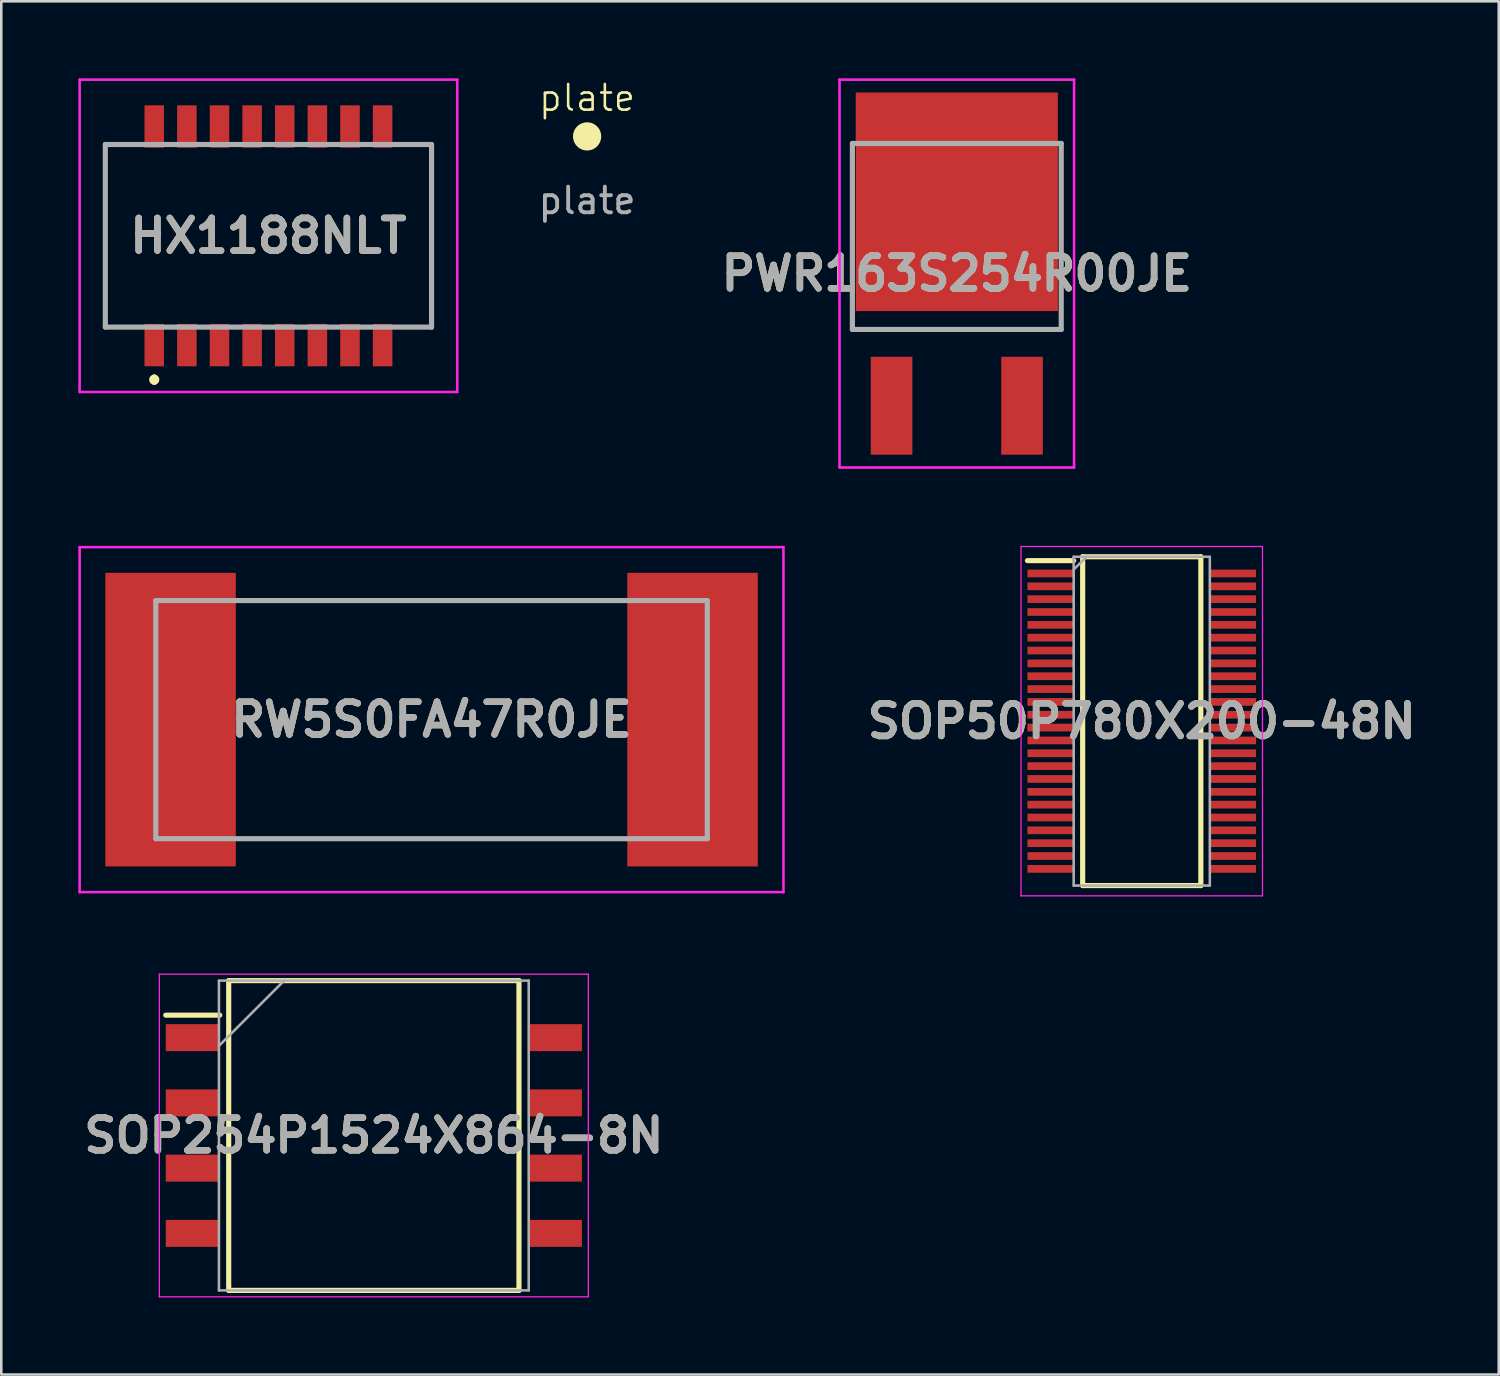
<source format=kicad_pcb>
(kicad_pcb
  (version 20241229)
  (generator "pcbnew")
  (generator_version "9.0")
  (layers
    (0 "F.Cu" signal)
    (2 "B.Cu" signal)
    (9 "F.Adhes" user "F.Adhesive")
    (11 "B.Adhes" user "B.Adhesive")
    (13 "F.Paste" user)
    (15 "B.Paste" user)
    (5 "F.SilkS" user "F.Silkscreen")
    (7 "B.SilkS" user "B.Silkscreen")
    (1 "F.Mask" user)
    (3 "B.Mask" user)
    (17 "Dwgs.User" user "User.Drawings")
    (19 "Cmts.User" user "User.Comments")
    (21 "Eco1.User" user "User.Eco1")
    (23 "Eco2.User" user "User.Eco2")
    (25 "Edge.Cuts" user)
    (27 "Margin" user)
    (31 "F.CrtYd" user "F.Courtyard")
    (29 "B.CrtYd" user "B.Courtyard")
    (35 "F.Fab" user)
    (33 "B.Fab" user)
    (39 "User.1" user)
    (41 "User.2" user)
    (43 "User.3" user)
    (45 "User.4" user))
  (footprint "PWR163S254R00JE"
    (layer "F.Cu")
    (at 34.198 8.775)
    (property "Reference" "PWR163S254R00JE" (at 0 -1.175 0) (layer "F.SilkS") (effects (font (size 1.27 1.27) (thickness 0.254))))
    (attr smd)
    (fp_line (start -4.065 1) (end 4.065 1) (stroke (width 0.1) (type solid)) (layer "F.SilkS"))
    (fp_line (start -4.565 -8.725) (end 4.565 -8.725) (stroke (width 0.1) (type solid)) (layer "F.CrtYd"))
    (fp_line (start -4.565 6.375) (end -4.565 -8.725) (stroke (width 0.1) (type solid)) (layer "F.CrtYd"))
    (fp_line (start 4.565 -8.725) (end 4.565 6.375) (stroke (width 0.1) (type solid)) (layer "F.CrtYd"))
    (fp_line (start 4.565 6.375) (end -4.565 6.375) (stroke (width 0.1) (type solid)) (layer "F.CrtYd"))
    (fp_line (start -4.065 -6.24) (end 4.065 -6.24) (stroke (width 0.2) (type solid)) (layer "F.Fab"))
    (fp_line (start -4.065 1) (end -4.065 -6.24) (stroke (width 0.2) (type solid)) (layer "F.Fab"))
    (fp_line (start 4.065 -6.24) (end 4.065 1) (stroke (width 0.2) (type solid)) (layer "F.Fab"))
    (fp_line (start 4.065 1) (end -4.065 1) (stroke (width 0.2) (type solid)) (layer "F.Fab"))
    (fp_text user "${REFERENCE}" (at 0 -1.175 0) (layer "F.Fab") (effects (font (size 1.27 1.27) (thickness 0.254))))
    (pad "1" smd rect (at -2.54 3.97) (size 1.62 3.81) (layers "F.Cu" "F.Mask" "F.Paste"))
    (pad "2" smd rect (at 2.54 3.97) (size 1.62 3.81) (layers "F.Cu" "F.Mask" "F.Paste"))
    (pad "3" smd rect (at 0 -3.97) (size 7.87 8.51) (layers "F.Cu" "F.Mask" "F.Paste")))
  (footprint "SOP254P1524X864-8N"
    (layer "F.Cu")
    (at 11.503 41.155)
    (property "Reference" "SOP254P1524X864-8N" (at 0 0 0) (layer "F.SilkS") (effects (font (size 1.27 1.27) (thickness 0.254))))
    (attr smd)
    (fp_line (start -8.1 -4.685) (end -6 -4.685) (stroke (width 0.2) (type solid)) (layer "F.SilkS"))
    (fp_line (start -5.65 -6.03) (end 5.65 -6.03) (stroke (width 0.2) (type solid)) (layer "F.SilkS"))
    (fp_line (start -5.65 6.03) (end -5.65 -6.03) (stroke (width 0.2) (type solid)) (layer "F.SilkS"))
    (fp_line (start 5.65 -6.03) (end 5.65 6.03) (stroke (width 0.2) (type solid)) (layer "F.SilkS"))
    (fp_line (start 5.65 6.03) (end -5.65 6.03) (stroke (width 0.2) (type solid)) (layer "F.SilkS"))
    (fp_line (start -8.35 -6.28) (end 8.35 -6.28) (stroke (width 0.05) (type solid)) (layer "F.CrtYd"))
    (fp_line (start -8.35 6.28) (end -8.35 -6.28) (stroke (width 0.05) (type solid)) (layer "F.CrtYd"))
    (fp_line (start 8.35 -6.28) (end 8.35 6.28) (stroke (width 0.05) (type solid)) (layer "F.CrtYd"))
    (fp_line (start 8.35 6.28) (end -8.35 6.28) (stroke (width 0.05) (type solid)) (layer "F.CrtYd"))
    (fp_line (start -6.03 -6.03) (end 6.03 -6.03) (stroke (width 0.1) (type solid)) (layer "F.Fab"))
    (fp_line (start -6.03 -3.49) (end -3.49 -6.03) (stroke (width 0.1) (type solid)) (layer "F.Fab"))
    (fp_line (start -6.03 6.03) (end -6.03 -6.03) (stroke (width 0.1) (type solid)) (layer "F.Fab"))
    (fp_line (start 6.03 -6.03) (end 6.03 6.03) (stroke (width 0.1) (type solid)) (layer "F.Fab"))
    (fp_line (start 6.03 6.03) (end -6.03 6.03) (stroke (width 0.1) (type solid)) (layer "F.Fab"))
    (fp_text user "${REFERENCE}" (at 0 0 0) (layer "F.Fab") (effects (font (size 1.27 1.27) (thickness 0.254))))
    (pad "1" smd rect (at -7.05 -3.81 90) (size 1.05 2.1) (layers "F.Cu" "F.Mask" "F.Paste"))
    (pad "2" smd rect (at -7.05 -1.27 90) (size 1.05 2.1) (layers "F.Cu" "F.Mask" "F.Paste"))
    (pad "3" smd rect (at -7.05 1.27 90) (size 1.05 2.1) (layers "F.Cu" "F.Mask" "F.Paste"))
    (pad "4" smd rect (at -7.05 3.81 90) (size 1.05 2.1) (layers "F.Cu" "F.Mask" "F.Paste"))
    (pad "5" smd rect (at 7.05 3.81 90) (size 1.05 2.1) (layers "F.Cu" "F.Mask" "F.Paste"))
    (pad "6" smd rect (at 7.05 1.27 90) (size 1.05 2.1) (layers "F.Cu" "F.Mask" "F.Paste"))
    (pad "7" smd rect (at 7.05 -1.27 90) (size 1.05 2.1) (layers "F.Cu" "F.Mask" "F.Paste"))
    (pad "8" smd rect (at 7.05 -3.81 90) (size 1.05 2.1) (layers "F.Cu" "F.Mask" "F.Paste")))
  (footprint "plate"
    (layer "F.Cu")
    (at 19.806 2.26)
    (property "Reference" "plate" (at 0 -1.5 0) (unlocked yes) (layer "F.SilkS") (effects (font (size 1 1) (thickness 0.1))))
    (fp_circle (center 0 0) (end 0.5 0) (stroke (width 0.1) (type solid)) (fill yes) (layer "F.SilkS"))
    (fp_text user "${REFERENCE}" (at 0 2.5 0) (unlocked yes) (layer "F.Fab") (effects (font (size 1 1) (thickness 0.15)))))
  (footprint "SOP50P780X200-48N"
    (layer "F.Cu")
    (at 41.398 25.025)
    (property "Reference" "SOP50P780X200-48N" (at 0 0 0) (layer "F.SilkS") (effects (font (size 1.27 1.27) (thickness 0.254))))
    (attr smd)
    (fp_line (start -4.45 -6.25) (end -2.65 -6.25) (stroke (width 0.2) (type solid)) (layer "F.SilkS"))
    (fp_line (start -2.3 -6.4) (end 2.3 -6.4) (stroke (width 0.2) (type solid)) (layer "F.SilkS"))
    (fp_line (start -2.3 6.4) (end -2.3 -6.4) (stroke (width 0.2) (type solid)) (layer "F.SilkS"))
    (fp_line (start 2.3 -6.4) (end 2.3 6.4) (stroke (width 0.2) (type solid)) (layer "F.SilkS"))
    (fp_line (start 2.3 6.4) (end -2.3 6.4) (stroke (width 0.2) (type solid)) (layer "F.SilkS"))
    (fp_line (start -4.7 -6.8) (end 4.7 -6.8) (stroke (width 0.05) (type solid)) (layer "F.CrtYd"))
    (fp_line (start -4.7 6.8) (end -4.7 -6.8) (stroke (width 0.05) (type solid)) (layer "F.CrtYd"))
    (fp_line (start 4.7 -6.8) (end 4.7 6.8) (stroke (width 0.05) (type solid)) (layer "F.CrtYd"))
    (fp_line (start 4.7 6.8) (end -4.7 6.8) (stroke (width 0.05) (type solid)) (layer "F.CrtYd"))
    (fp_line (start -2.65 -6.4) (end 2.65 -6.4) (stroke (width 0.1) (type solid)) (layer "F.Fab"))
    (fp_line (start -2.65 -5.9) (end -2.15 -6.4) (stroke (width 0.1) (type solid)) (layer "F.Fab"))
    (fp_line (start -2.65 6.4) (end -2.65 -6.4) (stroke (width 0.1) (type solid)) (layer "F.Fab"))
    (fp_line (start 2.65 -6.4) (end 2.65 6.4) (stroke (width 0.1) (type solid)) (layer "F.Fab"))
    (fp_line (start 2.65 6.4) (end -2.65 6.4) (stroke (width 0.1) (type solid)) (layer "F.Fab"))
    (fp_text user "${REFERENCE}" (at 0 0 0) (layer "F.Fab") (effects (font (size 1.27 1.27) (thickness 0.254))))
    (pad "1" smd rect (at -3.55 -5.75 90) (size 0.3 1.8) (layers "F.Cu" "F.Mask" "F.Paste"))
    (pad "2" smd rect (at -3.55 -5.25 90) (size 0.3 1.8) (layers "F.Cu" "F.Mask" "F.Paste"))
    (pad "3" smd rect (at -3.55 -4.75 90) (size 0.3 1.8) (layers "F.Cu" "F.Mask" "F.Paste"))
    (pad "4" smd rect (at -3.55 -4.25 90) (size 0.3 1.8) (layers "F.Cu" "F.Mask" "F.Paste"))
    (pad "5" smd rect (at -3.55 -3.75 90) (size 0.3 1.8) (layers "F.Cu" "F.Mask" "F.Paste"))
    (pad "6" smd rect (at -3.55 -3.25 90) (size 0.3 1.8) (layers "F.Cu" "F.Mask" "F.Paste"))
    (pad "7" smd rect (at -3.55 -2.75 90) (size 0.3 1.8) (layers "F.Cu" "F.Mask" "F.Paste"))
    (pad "8" smd rect (at -3.55 -2.25 90) (size 0.3 1.8) (layers "F.Cu" "F.Mask" "F.Paste"))
    (pad "9" smd rect (at -3.55 -1.75 90) (size 0.3 1.8) (layers "F.Cu" "F.Mask" "F.Paste"))
    (pad "10" smd rect (at -3.55 -1.25 90) (size 0.3 1.8) (layers "F.Cu" "F.Mask" "F.Paste"))
    (pad "11" smd rect (at -3.55 -0.75 90) (size 0.3 1.8) (layers "F.Cu" "F.Mask" "F.Paste"))
    (pad "12" smd rect (at -3.55 -0.25 90) (size 0.3 1.8) (layers "F.Cu" "F.Mask" "F.Paste"))
    (pad "13" smd rect (at -3.55 0.25 90) (size 0.3 1.8) (layers "F.Cu" "F.Mask" "F.Paste"))
    (pad "14" smd rect (at -3.55 0.75 90) (size 0.3 1.8) (layers "F.Cu" "F.Mask" "F.Paste"))
    (pad "15" smd rect (at -3.55 1.25 90) (size 0.3 1.8) (layers "F.Cu" "F.Mask" "F.Paste"))
    (pad "16" smd rect (at -3.55 1.75 90) (size 0.3 1.8) (layers "F.Cu" "F.Mask" "F.Paste"))
    (pad "17" smd rect (at -3.55 2.25 90) (size 0.3 1.8) (layers "F.Cu" "F.Mask" "F.Paste"))
    (pad "18" smd rect (at -3.55 2.75 90) (size 0.3 1.8) (layers "F.Cu" "F.Mask" "F.Paste"))
    (pad "19" smd rect (at -3.55 3.25 90) (size 0.3 1.8) (layers "F.Cu" "F.Mask" "F.Paste"))
    (pad "20" smd rect (at -3.55 3.75 90) (size 0.3 1.8) (layers "F.Cu" "F.Mask" "F.Paste"))
    (pad "21" smd rect (at -3.55 4.25 90) (size 0.3 1.8) (layers "F.Cu" "F.Mask" "F.Paste"))
    (pad "22" smd rect (at -3.55 4.75 90) (size 0.3 1.8) (layers "F.Cu" "F.Mask" "F.Paste"))
    (pad "23" smd rect (at -3.55 5.25 90) (size 0.3 1.8) (layers "F.Cu" "F.Mask" "F.Paste"))
    (pad "24" smd rect (at -3.55 5.75 90) (size 0.3 1.8) (layers "F.Cu" "F.Mask" "F.Paste"))
    (pad "25" smd rect (at 3.55 5.75 90) (size 0.3 1.8) (layers "F.Cu" "F.Mask" "F.Paste"))
    (pad "26" smd rect (at 3.55 5.25 90) (size 0.3 1.8) (layers "F.Cu" "F.Mask" "F.Paste"))
    (pad "27" smd rect (at 3.55 4.75 90) (size 0.3 1.8) (layers "F.Cu" "F.Mask" "F.Paste"))
    (pad "28" smd rect (at 3.55 4.25 90) (size 0.3 1.8) (layers "F.Cu" "F.Mask" "F.Paste"))
    (pad "29" smd rect (at 3.55 3.75 90) (size 0.3 1.8) (layers "F.Cu" "F.Mask" "F.Paste"))
    (pad "30" smd rect (at 3.55 3.25 90) (size 0.3 1.8) (layers "F.Cu" "F.Mask" "F.Paste"))
    (pad "31" smd rect (at 3.55 2.75 90) (size 0.3 1.8) (layers "F.Cu" "F.Mask" "F.Paste"))
    (pad "32" smd rect (at 3.55 2.25 90) (size 0.3 1.8) (layers "F.Cu" "F.Mask" "F.Paste"))
    (pad "33" smd rect (at 3.55 1.75 90) (size 0.3 1.8) (layers "F.Cu" "F.Mask" "F.Paste"))
    (pad "34" smd rect (at 3.55 1.25 90) (size 0.3 1.8) (layers "F.Cu" "F.Mask" "F.Paste"))
    (pad "35" smd rect (at 3.55 0.75 90) (size 0.3 1.8) (layers "F.Cu" "F.Mask" "F.Paste"))
    (pad "36" smd rect (at 3.55 0.25 90) (size 0.3 1.8) (layers "F.Cu" "F.Mask" "F.Paste"))
    (pad "37" smd rect (at 3.55 -0.25 90) (size 0.3 1.8) (layers "F.Cu" "F.Mask" "F.Paste"))
    (pad "38" smd rect (at 3.55 -0.75 90) (size 0.3 1.8) (layers "F.Cu" "F.Mask" "F.Paste"))
    (pad "39" smd rect (at 3.55 -1.25 90) (size 0.3 1.8) (layers "F.Cu" "F.Mask" "F.Paste"))
    (pad "40" smd rect (at 3.55 -1.75 90) (size 0.3 1.8) (layers "F.Cu" "F.Mask" "F.Paste"))
    (pad "41" smd rect (at 3.55 -2.25 90) (size 0.3 1.8) (layers "F.Cu" "F.Mask" "F.Paste"))
    (pad "42" smd rect (at 3.55 -2.75 90) (size 0.3 1.8) (layers "F.Cu" "F.Mask" "F.Paste"))
    (pad "43" smd rect (at 3.55 -3.25 90) (size 0.3 1.8) (layers "F.Cu" "F.Mask" "F.Paste"))
    (pad "44" smd rect (at 3.55 -3.75 90) (size 0.3 1.8) (layers "F.Cu" "F.Mask" "F.Paste"))
    (pad "45" smd rect (at 3.55 -4.25 90) (size 0.3 1.8) (layers "F.Cu" "F.Mask" "F.Paste"))
    (pad "46" smd rect (at 3.55 -4.75 90) (size 0.3 1.8) (layers "F.Cu" "F.Mask" "F.Paste"))
    (pad "47" smd rect (at 3.55 -5.25 90) (size 0.3 1.8) (layers "F.Cu" "F.Mask" "F.Paste"))
    (pad "48" smd rect (at 3.55 -5.75 90) (size 0.3 1.8) (layers "F.Cu" "F.Mask" "F.Paste")))
  (footprint "HX1188NLT"
    (layer "F.Cu")
    (at 7.4 6.13)
    (property "Reference" "HX1188NLT" (at 0 0 0) (layer "F.SilkS") (effects (font (size 1.27 1.27) (thickness 0.254))))
    (attr smd)
    (fp_line (start -6.35 -3.555) (end -6.35 3.555) (stroke (width 0.1) (type solid)) (layer "F.SilkS"))
    (fp_line (start -6.35 3.555) (end -5.5 3.555) (stroke (width 0.1) (type solid)) (layer "F.SilkS"))
    (fp_line (start -5.5 -3.555) (end -6.35 -3.555) (stroke (width 0.1) (type solid)) (layer "F.SilkS"))
    (fp_line (start -4.445 5.5) (end -4.445 5.5) (stroke (width 0.2) (type solid)) (layer "F.SilkS"))
    (fp_line (start -4.445 5.7) (end -4.445 5.7) (stroke (width 0.2) (type solid)) (layer "F.SilkS"))
    (fp_line (start 5.5 3.555) (end 6.35 3.555) (stroke (width 0.1) (type solid)) (layer "F.SilkS"))
    (fp_line (start 6.35 -3.555) (end 5.5 -3.555) (stroke (width 0.1) (type solid)) (layer "F.SilkS"))
    (fp_line (start 6.35 3.555) (end 6.35 -3.555) (stroke (width 0.1) (type solid)) (layer "F.SilkS"))
    (fp_arc (start -4.445 5.5) (mid -4.345 5.6) (end -4.445 5.7) (stroke (width 0.2) (type solid)) (layer "F.SilkS"))
    (fp_arc (start -4.445 5.7) (mid -4.545 5.6) (end -4.445 5.5) (stroke (width 0.2) (type solid)) (layer "F.SilkS"))
    (fp_line (start -7.35 -6.08) (end 7.35 -6.08) (stroke (width 0.1) (type solid)) (layer "F.CrtYd"))
    (fp_line (start -7.35 6.08) (end -7.35 -6.08) (stroke (width 0.1) (type solid)) (layer "F.CrtYd"))
    (fp_line (start 7.35 -6.08) (end 7.35 6.08) (stroke (width 0.1) (type solid)) (layer "F.CrtYd"))
    (fp_line (start 7.35 6.08) (end -7.35 6.08) (stroke (width 0.1) (type solid)) (layer "F.CrtYd"))
    (fp_line (start -6.35 -3.555) (end 6.35 -3.555) (stroke (width 0.2) (type solid)) (layer "F.Fab"))
    (fp_line (start -6.35 3.555) (end -6.35 -3.555) (stroke (width 0.2) (type solid)) (layer "F.Fab"))
    (fp_line (start 6.35 -3.555) (end 6.35 3.555) (stroke (width 0.2) (type solid)) (layer "F.Fab"))
    (fp_line (start 6.35 3.555) (end -6.35 3.555) (stroke (width 0.2) (type solid)) (layer "F.Fab"))
    (fp_text user "${REFERENCE}" (at 0 0 0) (layer "F.Fab") (effects (font (size 1.27 1.27) (thickness 0.254))))
    (pad "1" smd rect (at -4.445 4.255) (size 0.76 1.65) (layers "F.Cu" "F.Mask" "F.Paste"))
    (pad "2" smd rect (at -3.175 4.255) (size 0.76 1.65) (layers "F.Cu" "F.Mask" "F.Paste"))
    (pad "3" smd rect (at -1.905 4.255) (size 0.76 1.65) (layers "F.Cu" "F.Mask" "F.Paste"))
    (pad "4" smd rect (at -0.635 4.255) (size 0.76 1.65) (layers "F.Cu" "F.Mask" "F.Paste"))
    (pad "5" smd rect (at 0.635 4.255) (size 0.76 1.65) (layers "F.Cu" "F.Mask" "F.Paste"))
    (pad "6" smd rect (at 1.905 4.255) (size 0.76 1.65) (layers "F.Cu" "F.Mask" "F.Paste"))
    (pad "7" smd rect (at 3.175 4.255) (size 0.76 1.65) (layers "F.Cu" "F.Mask" "F.Paste"))
    (pad "8" smd rect (at 4.445 4.255) (size 0.76 1.65) (layers "F.Cu" "F.Mask" "F.Paste"))
    (pad "9" smd rect (at 4.445 -4.255) (size 0.76 1.65) (layers "F.Cu" "F.Mask" "F.Paste"))
    (pad "10" smd rect (at 3.175 -4.255) (size 0.76 1.65) (layers "F.Cu" "F.Mask" "F.Paste"))
    (pad "11" smd rect (at 1.905 -4.255) (size 0.76 1.65) (layers "F.Cu" "F.Mask" "F.Paste"))
    (pad "12" smd rect (at 0.635 -4.255) (size 0.76 1.65) (layers "F.Cu" "F.Mask" "F.Paste"))
    (pad "13" smd rect (at -0.635 -4.255) (size 0.76 1.65) (layers "F.Cu" "F.Mask" "F.Paste"))
    (pad "14" smd rect (at -1.905 -4.255) (size 0.76 1.65) (layers "F.Cu" "F.Mask" "F.Paste"))
    (pad "15" smd rect (at -3.175 -4.255) (size 0.76 1.65) (layers "F.Cu" "F.Mask" "F.Paste"))
    (pad "16" smd rect (at -4.445 -4.255) (size 0.76 1.65) (layers "F.Cu" "F.Mask" "F.Paste")))
  (footprint "RW5S0FA47R0JE"
    (layer "F.Cu")
    (at 13.75 24.965)
    (property "Reference" "RW5S0FA47R0JE" (at 0 0 0) (layer "F.SilkS") (effects (font (size 1.27 1.27) (thickness 0.254))))
    (attr smd)
    (fp_line (start -6.5 4.635) (end 4.5 4.635) (stroke (width 0.1) (type solid)) (layer "F.SilkS"))
    (fp_line (start -6 -4.635) (end 6 -4.635) (stroke (width 0.1) (type solid)) (layer "F.SilkS"))
    (fp_line (start -13.7 -6.715) (end 13.7 -6.715) (stroke (width 0.1) (type solid)) (layer "F.CrtYd"))
    (fp_line (start -13.7 6.715) (end -13.7 -6.715) (stroke (width 0.1) (type solid)) (layer "F.CrtYd"))
    (fp_line (start 13.7 -6.715) (end 13.7 6.715) (stroke (width 0.1) (type solid)) (layer "F.CrtYd"))
    (fp_line (start 13.7 6.715) (end -13.7 6.715) (stroke (width 0.1) (type solid)) (layer "F.CrtYd"))
    (fp_line (start -10.735 -4.635) (end 10.735 -4.635) (stroke (width 0.2) (type solid)) (layer "F.Fab"))
    (fp_line (start -10.735 4.635) (end -10.735 -4.635) (stroke (width 0.2) (type solid)) (layer "F.Fab"))
    (fp_line (start 10.735 -4.635) (end 10.735 4.635) (stroke (width 0.2) (type solid)) (layer "F.Fab"))
    (fp_line (start 10.735 4.635) (end -10.735 4.635) (stroke (width 0.2) (type solid)) (layer "F.Fab"))
    (fp_text user "${REFERENCE}" (at 0 0 0) (layer "F.Fab") (effects (font (size 1.27 1.27) (thickness 0.254))))
    (pad "1" smd rect (at -10.16 0) (size 5.08 11.43) (layers "F.Cu" "F.Mask" "F.Paste"))
    (pad "2" smd rect (at 10.16 0) (size 5.08 11.43) (layers "F.Cu" "F.Mask" "F.Paste")))
  (gr_rect
    (start -3 -3)
    (end 55.296 50.46)
    (stroke (width 0.1) (type default))
    (fill no)
    (layer "Edge.Cuts")))
</source>
